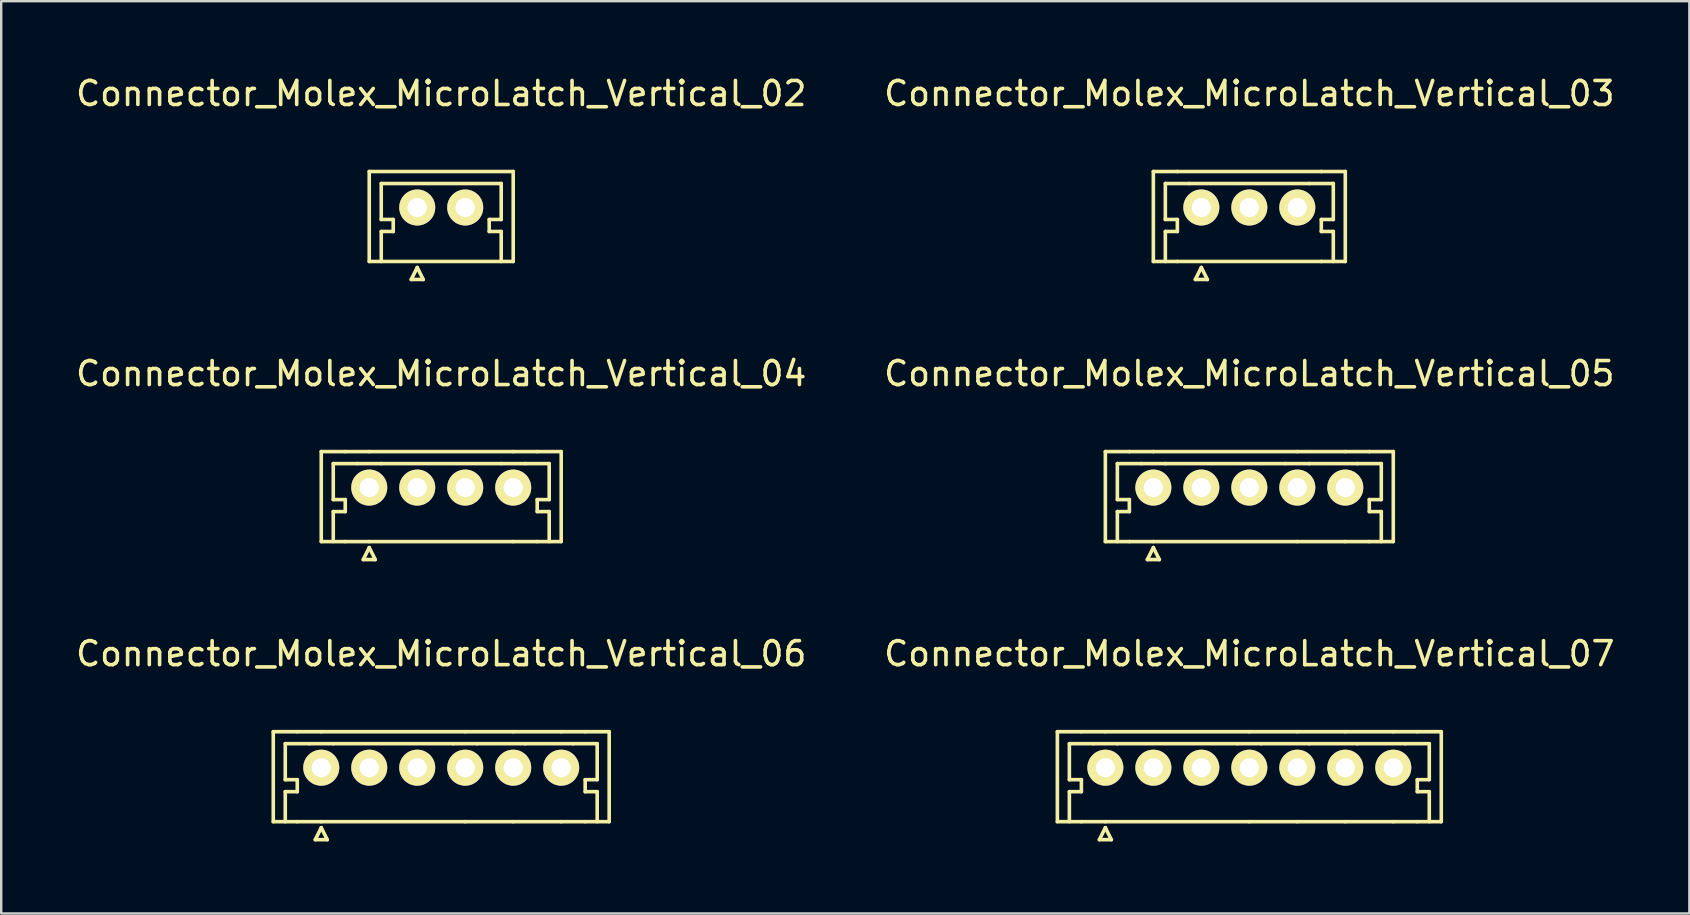
<source format=kicad_pcb>
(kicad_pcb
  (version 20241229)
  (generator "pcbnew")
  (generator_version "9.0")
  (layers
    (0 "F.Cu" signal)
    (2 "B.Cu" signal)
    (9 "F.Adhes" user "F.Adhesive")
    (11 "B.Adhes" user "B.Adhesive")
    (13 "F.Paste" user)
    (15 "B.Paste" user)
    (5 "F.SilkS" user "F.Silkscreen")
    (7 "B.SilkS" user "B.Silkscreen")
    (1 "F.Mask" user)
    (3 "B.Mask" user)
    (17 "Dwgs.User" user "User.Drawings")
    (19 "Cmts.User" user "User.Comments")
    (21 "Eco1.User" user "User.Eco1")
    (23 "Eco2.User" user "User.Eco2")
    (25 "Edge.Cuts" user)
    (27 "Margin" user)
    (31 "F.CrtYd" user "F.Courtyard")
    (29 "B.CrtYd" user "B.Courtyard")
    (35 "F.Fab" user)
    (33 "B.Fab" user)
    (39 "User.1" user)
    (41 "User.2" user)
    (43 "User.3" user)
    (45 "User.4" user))
  (footprint "Connector_Molex_MicroLatch_Vertical_07"
    (layer "F.Cu")
    (at 49.018 28.945)
    (property "Reference" "Connector_Molex_MicroLatch_Vertical_07" (at 0 -4.75 0) (layer "F.SilkS") (effects (font (size 1 1) (thickness 0.15))))
    (attr through_hole)
    (fp_line (start -8 -1.5) (end -8 2.25) (stroke (width 0.15) (type solid)) (layer "F.SilkS"))
    (fp_line (start -7.5 -1) (end -7.5 0.5) (stroke (width 0.15) (type solid)) (layer "F.SilkS"))
    (fp_line (start -7.5 0.5) (end -7 0.5) (stroke (width 0.15) (type solid)) (layer "F.SilkS"))
    (fp_line (start -7.5 1) (end -7.5 2.25) (stroke (width 0.15) (type solid)) (layer "F.SilkS"))
    (fp_line (start -7 -1.5) (end -8 -1.5) (stroke (width 0.15) (type solid)) (layer "F.SilkS"))
    (fp_line (start -7 0.5) (end -7 1) (stroke (width 0.15) (type solid)) (layer "F.SilkS"))
    (fp_line (start -7 1) (end -7.5 1) (stroke (width 0.15) (type solid)) (layer "F.SilkS"))
    (fp_line (start -7 2.25) (end -8 2.25) (stroke (width 0.15) (type solid)) (layer "F.SilkS"))
    (fp_line (start -6.5 -1) (end -7.5 -1) (stroke (width 0.15) (type solid)) (layer "F.SilkS"))
    (fp_line (start -6.25 3) (end -6 2.5) (stroke (width 0.15) (type solid)) (layer "F.SilkS"))
    (fp_line (start -6 -1.5) (end -7 -1.5) (stroke (width 0.15) (type solid)) (layer "F.SilkS"))
    (fp_line (start -6 2.25) (end -7 2.25) (stroke (width 0.15) (type solid)) (layer "F.SilkS"))
    (fp_line (start -6 2.25) (end 0 2.25) (stroke (width 0.15) (type solid)) (layer "F.SilkS"))
    (fp_line (start -6 2.5) (end -5.75 3) (stroke (width 0.15) (type solid)) (layer "F.SilkS"))
    (fp_line (start -5.75 3) (end -6.25 3) (stroke (width 0.15) (type solid)) (layer "F.SilkS"))
    (fp_line (start -5.5 -1) (end -6.5 -1) (stroke (width 0.15) (type solid)) (layer "F.SilkS"))
    (fp_line (start -0.5 -1) (end -5.5 -1) (stroke (width 0.15) (type solid)) (layer "F.SilkS"))
    (fp_line (start 0 -1.5) (end -6 -1.5) (stroke (width 0.15) (type solid)) (layer "F.SilkS"))
    (fp_line (start 0.5 -1) (end -0.5 -1) (stroke (width 0.15) (type solid)) (layer "F.SilkS"))
    (fp_line (start 0.5 -1) (end 2.5 -1) (stroke (width 0.15) (type solid)) (layer "F.SilkS"))
    (fp_line (start 2 -1.5) (end 0 -1.5) (stroke (width 0.15) (type solid)) (layer "F.SilkS"))
    (fp_line (start 2 2.25) (end 0 2.25) (stroke (width 0.15) (type solid)) (layer "F.SilkS"))
    (fp_line (start 2.5 -1) (end 4.5 -1) (stroke (width 0.15) (type solid)) (layer "F.SilkS"))
    (fp_line (start 4 -1.5) (end 2 -1.5) (stroke (width 0.15) (type solid)) (layer "F.SilkS"))
    (fp_line (start 4 2.25) (end 2 2.25) (stroke (width 0.15) (type solid)) (layer "F.SilkS"))
    (fp_line (start 4.5 -1) (end 6.5 -1) (stroke (width 0.15) (type solid)) (layer "F.SilkS"))
    (fp_line (start 6 -1.5) (end 4 -1.5) (stroke (width 0.15) (type solid)) (layer "F.SilkS"))
    (fp_line (start 6 2.25) (end 4 2.25) (stroke (width 0.15) (type solid)) (layer "F.SilkS"))
    (fp_line (start 7 -1.5) (end 6 -1.5) (stroke (width 0.15) (type solid)) (layer "F.SilkS"))
    (fp_line (start 7 -1.5) (end 8 -1.5) (stroke (width 0.15) (type solid)) (layer "F.SilkS"))
    (fp_line (start 7 0.5) (end 7 1) (stroke (width 0.15) (type solid)) (layer "F.SilkS"))
    (fp_line (start 7 1) (end 7.5 1) (stroke (width 0.15) (type solid)) (layer "F.SilkS"))
    (fp_line (start 7 2.25) (end 6 2.25) (stroke (width 0.15) (type solid)) (layer "F.SilkS"))
    (fp_line (start 7.5 -1) (end 6.5 -1) (stroke (width 0.15) (type solid)) (layer "F.SilkS"))
    (fp_line (start 7.5 -1) (end 7.5 0.5) (stroke (width 0.15) (type solid)) (layer "F.SilkS"))
    (fp_line (start 7.5 0.5) (end 7 0.5) (stroke (width 0.15) (type solid)) (layer "F.SilkS"))
    (fp_line (start 7.5 1) (end 7.5 2.25) (stroke (width 0.15) (type solid)) (layer "F.SilkS"))
    (fp_line (start 8 -1.5) (end 8 2.25) (stroke (width 0.15) (type solid)) (layer "F.SilkS"))
    (fp_line (start 8 2.25) (end 7 2.25) (stroke (width 0.15) (type solid)) (layer "F.SilkS"))
    (pad "1" thru_hole circle (at -6 0) (size 1.5 1.5) (drill 0.8) (layers "*.Cu" "*.Mask" "F.SilkS"))
    (pad "2" thru_hole circle (at -4 0) (size 1.5 1.5) (drill 0.8) (layers "*.Cu" "*.Mask" "F.SilkS"))
    (pad "3" thru_hole circle (at -2 0) (size 1.5 1.5) (drill 0.8) (layers "*.Cu" "*.Mask" "F.SilkS"))
    (pad "4" thru_hole circle (at 0 0) (size 1.5 1.5) (drill 0.8) (layers "*.Cu" "*.Mask" "F.SilkS"))
    (pad "5" thru_hole circle (at 2 0) (size 1.5 1.5) (drill 0.8) (layers "*.Cu" "*.Mask" "F.SilkS"))
    (pad "6" thru_hole circle (at 4 0) (size 1.5 1.5) (drill 0.8) (layers "*.Cu" "*.Mask" "F.SilkS"))
    (pad "7" thru_hole circle (at 6 0) (size 1.5 1.5) (drill 0.8) (layers "*.Cu" "*.Mask" "F.SilkS")))
  (footprint "Connector_Molex_MicroLatch_Vertical_02"
    (layer "F.Cu")
    (at 15.339 5.598)
    (property "Reference" "Connector_Molex_MicroLatch_Vertical_02" (at 0 -4.75 0) (layer "F.SilkS") (effects (font (size 1 1) (thickness 0.15))))
    (attr through_hole)
    (fp_line (start -3 -1.5) (end -3 2.25) (stroke (width 0.15) (type solid)) (layer "F.SilkS"))
    (fp_line (start -3 2.25) (end 3 2.25) (stroke (width 0.15) (type solid)) (layer "F.SilkS"))
    (fp_line (start -2.5 -1) (end -2.5 0.5) (stroke (width 0.15) (type solid)) (layer "F.SilkS"))
    (fp_line (start -2.5 0.5) (end -2 0.5) (stroke (width 0.15) (type solid)) (layer "F.SilkS"))
    (fp_line (start -2.5 1) (end -2.5 2.25) (stroke (width 0.15) (type solid)) (layer "F.SilkS"))
    (fp_line (start -2 0.5) (end -2 1) (stroke (width 0.15) (type solid)) (layer "F.SilkS"))
    (fp_line (start -2 1) (end -2.5 1) (stroke (width 0.15) (type solid)) (layer "F.SilkS"))
    (fp_line (start -1.25 3) (end -1 2.5) (stroke (width 0.15) (type solid)) (layer "F.SilkS"))
    (fp_line (start -1 2.5) (end -0.75 3) (stroke (width 0.15) (type solid)) (layer "F.SilkS"))
    (fp_line (start -0.75 3) (end -1.25 3) (stroke (width 0.15) (type solid)) (layer "F.SilkS"))
    (fp_line (start 2 0.5) (end 2 1) (stroke (width 0.15) (type solid)) (layer "F.SilkS"))
    (fp_line (start 2 1) (end 2.5 1) (stroke (width 0.15) (type solid)) (layer "F.SilkS"))
    (fp_line (start 2.5 -1) (end -2.5 -1) (stroke (width 0.15) (type solid)) (layer "F.SilkS"))
    (fp_line (start 2.5 -1) (end 2.5 0.5) (stroke (width 0.15) (type solid)) (layer "F.SilkS"))
    (fp_line (start 2.5 0.5) (end 2 0.5) (stroke (width 0.15) (type solid)) (layer "F.SilkS"))
    (fp_line (start 2.5 1) (end 2.5 2.25) (stroke (width 0.15) (type solid)) (layer "F.SilkS"))
    (fp_line (start 3 -1.5) (end -3 -1.5) (stroke (width 0.15) (type solid)) (layer "F.SilkS"))
    (fp_line (start 3 -1.5) (end 3 2.25) (stroke (width 0.15) (type solid)) (layer "F.SilkS"))
    (pad "1" thru_hole circle (at -1 0) (size 1.5 1.5) (drill 0.8) (layers "*.Cu" "*.Mask" "F.SilkS"))
    (pad "2" thru_hole circle (at 1 0) (size 1.5 1.5) (drill 0.8) (layers "*.Cu" "*.Mask" "F.SilkS")))
  (footprint "Connector_Molex_MicroLatch_Vertical_04"
    (layer "F.Cu")
    (at 15.339 17.271)
    (property "Reference" "Connector_Molex_MicroLatch_Vertical_04" (at 0 -4.75 0) (layer "F.SilkS") (effects (font (size 1 1) (thickness 0.15))))
    (attr through_hole)
    (fp_line (start -5 -1.5) (end -5 2.25) (stroke (width 0.15) (type solid)) (layer "F.SilkS"))
    (fp_line (start -4.5 -1) (end -4.5 0.5) (stroke (width 0.15) (type solid)) (layer "F.SilkS"))
    (fp_line (start -4.5 0.5) (end -4 0.5) (stroke (width 0.15) (type solid)) (layer "F.SilkS"))
    (fp_line (start -4.5 1) (end -4.5 2.25) (stroke (width 0.15) (type solid)) (layer "F.SilkS"))
    (fp_line (start -4 -1.5) (end -5 -1.5) (stroke (width 0.15) (type solid)) (layer "F.SilkS"))
    (fp_line (start -4 0.5) (end -4 1) (stroke (width 0.15) (type solid)) (layer "F.SilkS"))
    (fp_line (start -4 1) (end -4.5 1) (stroke (width 0.15) (type solid)) (layer "F.SilkS"))
    (fp_line (start -4 2.25) (end -5 2.25) (stroke (width 0.15) (type solid)) (layer "F.SilkS"))
    (fp_line (start -3.5 -1) (end -4.5 -1) (stroke (width 0.15) (type solid)) (layer "F.SilkS"))
    (fp_line (start -3.25 3) (end -3 2.5) (stroke (width 0.15) (type solid)) (layer "F.SilkS"))
    (fp_line (start -3 -1.5) (end -4 -1.5) (stroke (width 0.15) (type solid)) (layer "F.SilkS"))
    (fp_line (start -3 2.25) (end -4 2.25) (stroke (width 0.15) (type solid)) (layer "F.SilkS"))
    (fp_line (start -3 2.25) (end 3 2.25) (stroke (width 0.15) (type solid)) (layer "F.SilkS"))
    (fp_line (start -3 2.5) (end -2.75 3) (stroke (width 0.15) (type solid)) (layer "F.SilkS"))
    (fp_line (start -2.75 3) (end -3.25 3) (stroke (width 0.15) (type solid)) (layer "F.SilkS"))
    (fp_line (start -2.5 -1) (end -3.5 -1) (stroke (width 0.15) (type solid)) (layer "F.SilkS"))
    (fp_line (start 2.5 -1) (end -2.5 -1) (stroke (width 0.15) (type solid)) (layer "F.SilkS"))
    (fp_line (start 3 -1.5) (end -3 -1.5) (stroke (width 0.15) (type solid)) (layer "F.SilkS"))
    (fp_line (start 3.5 -1) (end 2.5 -1) (stroke (width 0.15) (type solid)) (layer "F.SilkS"))
    (fp_line (start 4 -1.5) (end 3 -1.5) (stroke (width 0.15) (type solid)) (layer "F.SilkS"))
    (fp_line (start 4 -1.5) (end 5 -1.5) (stroke (width 0.15) (type solid)) (layer "F.SilkS"))
    (fp_line (start 4 0.5) (end 4 1) (stroke (width 0.15) (type solid)) (layer "F.SilkS"))
    (fp_line (start 4 1) (end 4.5 1) (stroke (width 0.15) (type solid)) (layer "F.SilkS"))
    (fp_line (start 4 2.25) (end 3 2.25) (stroke (width 0.15) (type solid)) (layer "F.SilkS"))
    (fp_line (start 4.5 -1) (end 3.5 -1) (stroke (width 0.15) (type solid)) (layer "F.SilkS"))
    (fp_line (start 4.5 -1) (end 4.5 0.5) (stroke (width 0.15) (type solid)) (layer "F.SilkS"))
    (fp_line (start 4.5 0.5) (end 4 0.5) (stroke (width 0.15) (type solid)) (layer "F.SilkS"))
    (fp_line (start 4.5 1) (end 4.5 2.25) (stroke (width 0.15) (type solid)) (layer "F.SilkS"))
    (fp_line (start 5 -1.5) (end 5 2.25) (stroke (width 0.15) (type solid)) (layer "F.SilkS"))
    (fp_line (start 5 2.25) (end 4 2.25) (stroke (width 0.15) (type solid)) (layer "F.SilkS"))
    (pad "1" thru_hole circle (at -3 0) (size 1.5 1.5) (drill 0.8) (layers "*.Cu" "*.Mask" "F.SilkS"))
    (pad "2" thru_hole circle (at -1 0) (size 1.5 1.5) (drill 0.8) (layers "*.Cu" "*.Mask" "F.SilkS"))
    (pad "3" thru_hole circle (at 1 0) (size 1.5 1.5) (drill 0.8) (layers "*.Cu" "*.Mask" "F.SilkS"))
    (pad "4" thru_hole circle (at 3 0) (size 1.5 1.5) (drill 0.8) (layers "*.Cu" "*.Mask" "F.SilkS")))
  (footprint "Connector_Molex_MicroLatch_Vertical_03"
    (layer "F.Cu")
    (at 49.018 5.598)
    (property "Reference" "Connector_Molex_MicroLatch_Vertical_03" (at 0 -4.75 0) (layer "F.SilkS") (effects (font (size 1 1) (thickness 0.15))))
    (attr through_hole)
    (fp_line (start -4 -1.5) (end -4 2.25) (stroke (width 0.15) (type solid)) (layer "F.SilkS"))
    (fp_line (start -3.5 -1) (end -3.5 0.5) (stroke (width 0.15) (type solid)) (layer "F.SilkS"))
    (fp_line (start -3.5 0.5) (end -3 0.5) (stroke (width 0.15) (type solid)) (layer "F.SilkS"))
    (fp_line (start -3.5 1) (end -3.5 2.25) (stroke (width 0.15) (type solid)) (layer "F.SilkS"))
    (fp_line (start -3 -1.5) (end -4 -1.5) (stroke (width 0.15) (type solid)) (layer "F.SilkS"))
    (fp_line (start -3 0.5) (end -3 1) (stroke (width 0.15) (type solid)) (layer "F.SilkS"))
    (fp_line (start -3 1) (end -3.5 1) (stroke (width 0.15) (type solid)) (layer "F.SilkS"))
    (fp_line (start -3 2.25) (end -4 2.25) (stroke (width 0.15) (type solid)) (layer "F.SilkS"))
    (fp_line (start -3 2.25) (end 3 2.25) (stroke (width 0.15) (type solid)) (layer "F.SilkS"))
    (fp_line (start -2.5 -1) (end -3.5 -1) (stroke (width 0.15) (type solid)) (layer "F.SilkS"))
    (fp_line (start -2.25 3) (end -2 2.5) (stroke (width 0.15) (type solid)) (layer "F.SilkS"))
    (fp_line (start -2 2.5) (end -1.75 3) (stroke (width 0.15) (type solid)) (layer "F.SilkS"))
    (fp_line (start -1.75 3) (end -2.25 3) (stroke (width 0.15) (type solid)) (layer "F.SilkS"))
    (fp_line (start 2.5 -1) (end -2.5 -1) (stroke (width 0.15) (type solid)) (layer "F.SilkS"))
    (fp_line (start 3 -1.5) (end -3 -1.5) (stroke (width 0.15) (type solid)) (layer "F.SilkS"))
    (fp_line (start 3 -1.5) (end 4 -1.5) (stroke (width 0.15) (type solid)) (layer "F.SilkS"))
    (fp_line (start 3 0.5) (end 3 1) (stroke (width 0.15) (type solid)) (layer "F.SilkS"))
    (fp_line (start 3 1) (end 3.5 1) (stroke (width 0.15) (type solid)) (layer "F.SilkS"))
    (fp_line (start 3.5 -1) (end 2.5 -1) (stroke (width 0.15) (type solid)) (layer "F.SilkS"))
    (fp_line (start 3.5 -1) (end 3.5 0.5) (stroke (width 0.15) (type solid)) (layer "F.SilkS"))
    (fp_line (start 3.5 0.5) (end 3 0.5) (stroke (width 0.15) (type solid)) (layer "F.SilkS"))
    (fp_line (start 3.5 1) (end 3.5 2.25) (stroke (width 0.15) (type solid)) (layer "F.SilkS"))
    (fp_line (start 4 -1.5) (end 4 2.25) (stroke (width 0.15) (type solid)) (layer "F.SilkS"))
    (fp_line (start 4 2.25) (end 3 2.25) (stroke (width 0.15) (type solid)) (layer "F.SilkS"))
    (pad "1" thru_hole circle (at -2 0) (size 1.5 1.5) (drill 0.8) (layers "*.Cu" "*.Mask" "F.SilkS"))
    (pad "2" thru_hole circle (at 0 0) (size 1.5 1.5) (drill 0.8) (layers "*.Cu" "*.Mask" "F.SilkS"))
    (pad "3" thru_hole circle (at 2 0) (size 1.5 1.5) (drill 0.8) (layers "*.Cu" "*.Mask" "F.SilkS")))
  (footprint "Connector_Molex_MicroLatch_Vertical_05"
    (layer "F.Cu")
    (at 49.018 17.271)
    (property "Reference" "Connector_Molex_MicroLatch_Vertical_05" (at 0 -4.75 0) (layer "F.SilkS") (effects (font (size 1 1) (thickness 0.15))))
    (attr through_hole)
    (fp_line (start -6 -1.5) (end -6 2.25) (stroke (width 0.15) (type solid)) (layer "F.SilkS"))
    (fp_line (start -5.5 -1) (end -5.5 0.5) (stroke (width 0.15) (type solid)) (layer "F.SilkS"))
    (fp_line (start -5.5 0.5) (end -5 0.5) (stroke (width 0.15) (type solid)) (layer "F.SilkS"))
    (fp_line (start -5.5 1) (end -5.5 2.25) (stroke (width 0.15) (type solid)) (layer "F.SilkS"))
    (fp_line (start -5 -1.5) (end -6 -1.5) (stroke (width 0.15) (type solid)) (layer "F.SilkS"))
    (fp_line (start -5 0.5) (end -5 1) (stroke (width 0.15) (type solid)) (layer "F.SilkS"))
    (fp_line (start -5 1) (end -5.5 1) (stroke (width 0.15) (type solid)) (layer "F.SilkS"))
    (fp_line (start -5 2.25) (end -6 2.25) (stroke (width 0.15) (type solid)) (layer "F.SilkS"))
    (fp_line (start -4.5 -1) (end -5.5 -1) (stroke (width 0.15) (type solid)) (layer "F.SilkS"))
    (fp_line (start -4.25 3) (end -4 2.5) (stroke (width 0.15) (type solid)) (layer "F.SilkS"))
    (fp_line (start -4 -1.5) (end -5 -1.5) (stroke (width 0.15) (type solid)) (layer "F.SilkS"))
    (fp_line (start -4 2.25) (end -5 2.25) (stroke (width 0.15) (type solid)) (layer "F.SilkS"))
    (fp_line (start -4 2.25) (end 2 2.25) (stroke (width 0.15) (type solid)) (layer "F.SilkS"))
    (fp_line (start -4 2.5) (end -3.75 3) (stroke (width 0.15) (type solid)) (layer "F.SilkS"))
    (fp_line (start -3.75 3) (end -4.25 3) (stroke (width 0.15) (type solid)) (layer "F.SilkS"))
    (fp_line (start -3.5 -1) (end -4.5 -1) (stroke (width 0.15) (type solid)) (layer "F.SilkS"))
    (fp_line (start 1.5 -1) (end -3.5 -1) (stroke (width 0.15) (type solid)) (layer "F.SilkS"))
    (fp_line (start 2 -1.5) (end -4 -1.5) (stroke (width 0.15) (type solid)) (layer "F.SilkS"))
    (fp_line (start 2.5 -1) (end 1.5 -1) (stroke (width 0.15) (type solid)) (layer "F.SilkS"))
    (fp_line (start 2.5 -1) (end 4.5 -1) (stroke (width 0.15) (type solid)) (layer "F.SilkS"))
    (fp_line (start 4 -1.5) (end 2 -1.5) (stroke (width 0.15) (type solid)) (layer "F.SilkS"))
    (fp_line (start 4 2.25) (end 2 2.25) (stroke (width 0.15) (type solid)) (layer "F.SilkS"))
    (fp_line (start 5 -1.5) (end 4 -1.5) (stroke (width 0.15) (type solid)) (layer "F.SilkS"))
    (fp_line (start 5 -1.5) (end 6 -1.5) (stroke (width 0.15) (type solid)) (layer "F.SilkS"))
    (fp_line (start 5 0.5) (end 5 1) (stroke (width 0.15) (type solid)) (layer "F.SilkS"))
    (fp_line (start 5 1) (end 5.5 1) (stroke (width 0.15) (type solid)) (layer "F.SilkS"))
    (fp_line (start 5 2.25) (end 4 2.25) (stroke (width 0.15) (type solid)) (layer "F.SilkS"))
    (fp_line (start 5.5 -1) (end 4.5 -1) (stroke (width 0.15) (type solid)) (layer "F.SilkS"))
    (fp_line (start 5.5 -1) (end 5.5 0.5) (stroke (width 0.15) (type solid)) (layer "F.SilkS"))
    (fp_line (start 5.5 0.5) (end 5 0.5) (stroke (width 0.15) (type solid)) (layer "F.SilkS"))
    (fp_line (start 5.5 1) (end 5.5 2.25) (stroke (width 0.15) (type solid)) (layer "F.SilkS"))
    (fp_line (start 6 -1.5) (end 6 2.25) (stroke (width 0.15) (type solid)) (layer "F.SilkS"))
    (fp_line (start 6 2.25) (end 5 2.25) (stroke (width 0.15) (type solid)) (layer "F.SilkS"))
    (pad "1" thru_hole circle (at -4 0) (size 1.5 1.5) (drill 0.8) (layers "*.Cu" "*.Mask" "F.SilkS"))
    (pad "2" thru_hole circle (at -2 0) (size 1.5 1.5) (drill 0.8) (layers "*.Cu" "*.Mask" "F.SilkS"))
    (pad "3" thru_hole circle (at 0 0) (size 1.5 1.5) (drill 0.8) (layers "*.Cu" "*.Mask" "F.SilkS"))
    (pad "4" thru_hole circle (at 2 0) (size 1.5 1.5) (drill 0.8) (layers "*.Cu" "*.Mask" "F.SilkS"))
    (pad "5" thru_hole circle (at 4 0) (size 1.5 1.5) (drill 0.8) (layers "*.Cu" "*.Mask" "F.SilkS")))
  (footprint "Connector_Molex_MicroLatch_Vertical_06"
    (layer "F.Cu")
    (at 15.339 28.945)
    (property "Reference" "Connector_Molex_MicroLatch_Vertical_06" (at 0 -4.75 0) (layer "F.SilkS") (effects (font (size 1 1) (thickness 0.15))))
    (attr through_hole)
    (fp_line (start -7 -1.5) (end -7 2.25) (stroke (width 0.15) (type solid)) (layer "F.SilkS"))
    (fp_line (start -6.5 -1) (end -6.5 0.5) (stroke (width 0.15) (type solid)) (layer "F.SilkS"))
    (fp_line (start -6.5 0.5) (end -6 0.5) (stroke (width 0.15) (type solid)) (layer "F.SilkS"))
    (fp_line (start -6.5 1) (end -6.5 2.25) (stroke (width 0.15) (type solid)) (layer "F.SilkS"))
    (fp_line (start -6 -1.5) (end -7 -1.5) (stroke (width 0.15) (type solid)) (layer "F.SilkS"))
    (fp_line (start -6 0.5) (end -6 1) (stroke (width 0.15) (type solid)) (layer "F.SilkS"))
    (fp_line (start -6 1) (end -6.5 1) (stroke (width 0.15) (type solid)) (layer "F.SilkS"))
    (fp_line (start -6 2.25) (end -7 2.25) (stroke (width 0.15) (type solid)) (layer "F.SilkS"))
    (fp_line (start -5.5 -1) (end -6.5 -1) (stroke (width 0.15) (type solid)) (layer "F.SilkS"))
    (fp_line (start -5.25 3) (end -5 2.5) (stroke (width 0.15) (type solid)) (layer "F.SilkS"))
    (fp_line (start -5 -1.5) (end -6 -1.5) (stroke (width 0.15) (type solid)) (layer "F.SilkS"))
    (fp_line (start -5 2.25) (end -6 2.25) (stroke (width 0.15) (type solid)) (layer "F.SilkS"))
    (fp_line (start -5 2.25) (end 1 2.25) (stroke (width 0.15) (type solid)) (layer "F.SilkS"))
    (fp_line (start -5 2.5) (end -4.75 3) (stroke (width 0.15) (type solid)) (layer "F.SilkS"))
    (fp_line (start -4.75 3) (end -5.25 3) (stroke (width 0.15) (type solid)) (layer "F.SilkS"))
    (fp_line (start -4.5 -1) (end -5.5 -1) (stroke (width 0.15) (type solid)) (layer "F.SilkS"))
    (fp_line (start 0.5 -1) (end -4.5 -1) (stroke (width 0.15) (type solid)) (layer "F.SilkS"))
    (fp_line (start 1 -1.5) (end -5 -1.5) (stroke (width 0.15) (type solid)) (layer "F.SilkS"))
    (fp_line (start 1.5 -1) (end 0.5 -1) (stroke (width 0.15) (type solid)) (layer "F.SilkS"))
    (fp_line (start 1.5 -1) (end 3.5 -1) (stroke (width 0.15) (type solid)) (layer "F.SilkS"))
    (fp_line (start 3 -1.5) (end 1 -1.5) (stroke (width 0.15) (type solid)) (layer "F.SilkS"))
    (fp_line (start 3 2.25) (end 1 2.25) (stroke (width 0.15) (type solid)) (layer "F.SilkS"))
    (fp_line (start 3.5 -1) (end 5.5 -1) (stroke (width 0.15) (type solid)) (layer "F.SilkS"))
    (fp_line (start 5 -1.5) (end 3 -1.5) (stroke (width 0.15) (type solid)) (layer "F.SilkS"))
    (fp_line (start 5 2.25) (end 3 2.25) (stroke (width 0.15) (type solid)) (layer "F.SilkS"))
    (fp_line (start 6 -1.5) (end 5 -1.5) (stroke (width 0.15) (type solid)) (layer "F.SilkS"))
    (fp_line (start 6 -1.5) (end 7 -1.5) (stroke (width 0.15) (type solid)) (layer "F.SilkS"))
    (fp_line (start 6 0.5) (end 6 1) (stroke (width 0.15) (type solid)) (layer "F.SilkS"))
    (fp_line (start 6 1) (end 6.5 1) (stroke (width 0.15) (type solid)) (layer "F.SilkS"))
    (fp_line (start 6 2.25) (end 5 2.25) (stroke (width 0.15) (type solid)) (layer "F.SilkS"))
    (fp_line (start 6.5 -1) (end 5.5 -1) (stroke (width 0.15) (type solid)) (layer "F.SilkS"))
    (fp_line (start 6.5 -1) (end 6.5 0.5) (stroke (width 0.15) (type solid)) (layer "F.SilkS"))
    (fp_line (start 6.5 0.5) (end 6 0.5) (stroke (width 0.15) (type solid)) (layer "F.SilkS"))
    (fp_line (start 6.5 1) (end 6.5 2.25) (stroke (width 0.15) (type solid)) (layer "F.SilkS"))
    (fp_line (start 7 -1.5) (end 7 2.25) (stroke (width 0.15) (type solid)) (layer "F.SilkS"))
    (fp_line (start 7 2.25) (end 6 2.25) (stroke (width 0.15) (type solid)) (layer "F.SilkS"))
    (pad "1" thru_hole circle (at -5 0) (size 1.5 1.5) (drill 0.8) (layers "*.Cu" "*.Mask" "F.SilkS"))
    (pad "2" thru_hole circle (at -3 0) (size 1.5 1.5) (drill 0.8) (layers "*.Cu" "*.Mask" "F.SilkS"))
    (pad "3" thru_hole circle (at -1 0) (size 1.5 1.5) (drill 0.8) (layers "*.Cu" "*.Mask" "F.SilkS"))
    (pad "4" thru_hole circle (at 1 0) (size 1.5 1.5) (drill 0.8) (layers "*.Cu" "*.Mask" "F.SilkS"))
    (pad "5" thru_hole circle (at 3 0) (size 1.5 1.5) (drill 0.8) (layers "*.Cu" "*.Mask" "F.SilkS"))
    (pad "6" thru_hole circle (at 5 0) (size 1.5 1.5) (drill 0.8) (layers "*.Cu" "*.Mask" "F.SilkS")))
  (gr_rect
    (start -3 -3)
    (end 67.357 35.02)
    (stroke (width 0.1) (type default))
    (fill no)
    (layer "Edge.Cuts")))
</source>
